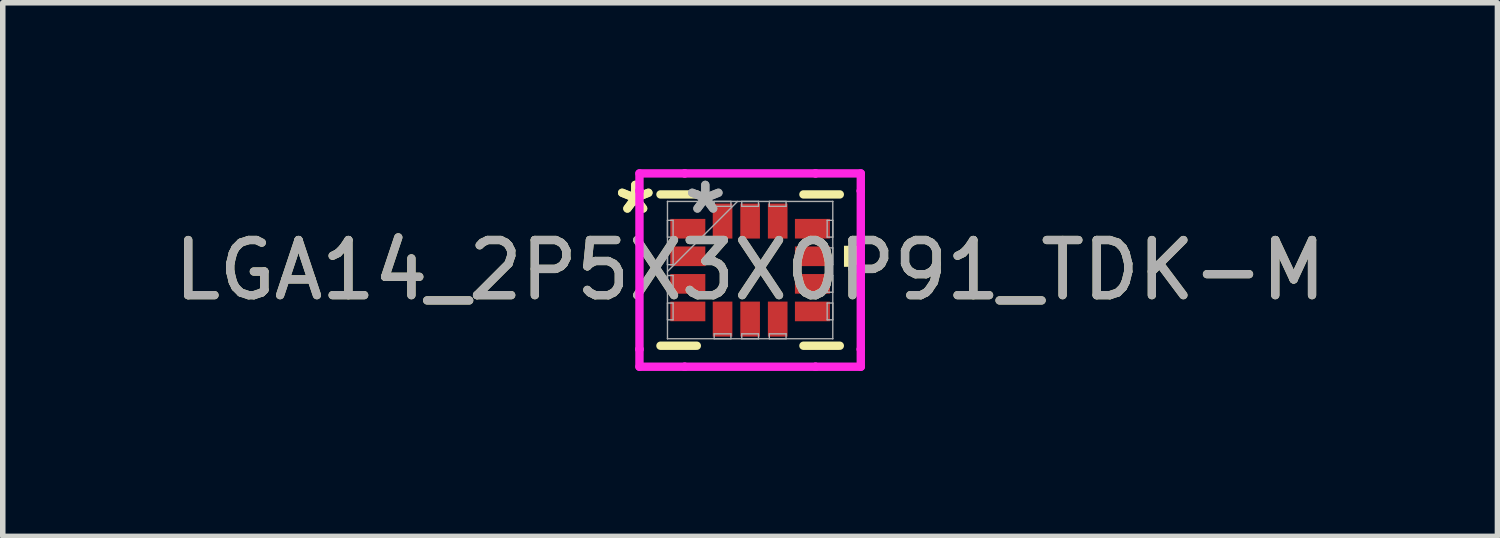
<source format=kicad_pcb>
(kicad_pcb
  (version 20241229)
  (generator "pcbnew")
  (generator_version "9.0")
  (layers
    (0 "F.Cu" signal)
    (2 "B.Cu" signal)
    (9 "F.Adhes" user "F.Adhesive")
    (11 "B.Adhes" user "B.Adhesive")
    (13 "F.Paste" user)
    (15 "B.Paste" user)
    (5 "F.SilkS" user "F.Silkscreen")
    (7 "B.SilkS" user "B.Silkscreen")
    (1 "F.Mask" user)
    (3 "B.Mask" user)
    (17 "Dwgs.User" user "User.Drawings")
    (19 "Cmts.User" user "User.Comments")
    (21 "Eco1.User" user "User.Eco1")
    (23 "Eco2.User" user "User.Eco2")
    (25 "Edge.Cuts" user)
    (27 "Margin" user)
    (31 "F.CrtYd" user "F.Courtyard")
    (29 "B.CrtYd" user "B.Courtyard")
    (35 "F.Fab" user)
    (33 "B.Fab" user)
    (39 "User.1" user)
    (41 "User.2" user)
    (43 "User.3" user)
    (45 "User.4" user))
  (footprint "LGA14_2P5X3X0P91_TDK-M"
    (layer "F.Cu")
    (at 10.554 1.848)
    (property "Reference" "LGA14_2P5X3X0P91_TDK-M" (at 0 0 0) (unlocked yes) (layer "F.SilkS") (effects (font (size 1 1) (thickness 0.15))))
    (attr smd)
    (fp_line (start -1.626 1.372) (end -0.967 1.372) (stroke (width 0.152) (type solid)) (layer "F.SilkS"))
    (fp_line (start -0.967 -1.372) (end -1.626 -1.372) (stroke (width 0.152) (type solid)) (layer "F.SilkS"))
    (fp_line (start 0.967 1.372) (end 1.626 1.372) (stroke (width 0.152) (type solid)) (layer "F.SilkS"))
    (fp_line (start 1.626 -1.372) (end 0.967 -1.372) (stroke (width 0.152) (type solid)) (layer "F.SilkS"))
    (fp_poly (pts (xy 1.956 -0.441) (xy 1.956 -0.059) (xy 1.702 -0.059) (xy 1.702 -0.441)) (stroke (width 0) (type solid)) (fill yes) (layer "F.SilkS"))
    (fp_line (start -2.007 -1.753) (end -1.186 -1.753) (stroke (width 0.152) (type solid)) (layer "F.CrtYd"))
    (fp_line (start -2.007 -1.436) (end -2.007 -1.753) (stroke (width 0.152) (type solid)) (layer "F.CrtYd"))
    (fp_line (start -2.007 -1.436) (end -2.007 -1.436) (stroke (width 0.152) (type solid)) (layer "F.CrtYd"))
    (fp_line (start -2.007 1.436) (end -2.007 -1.436) (stroke (width 0.152) (type solid)) (layer "F.CrtYd"))
    (fp_line (start -2.007 1.436) (end -2.007 1.436) (stroke (width 0.152) (type solid)) (layer "F.CrtYd"))
    (fp_line (start -2.007 1.753) (end -2.007 1.436) (stroke (width 0.152) (type solid)) (layer "F.CrtYd"))
    (fp_line (start -1.186 -1.753) (end -1.186 -1.753) (stroke (width 0.152) (type solid)) (layer "F.CrtYd"))
    (fp_line (start -1.186 -1.753) (end 1.186 -1.753) (stroke (width 0.152) (type solid)) (layer "F.CrtYd"))
    (fp_line (start -1.186 1.753) (end -2.007 1.753) (stroke (width 0.152) (type solid)) (layer "F.CrtYd"))
    (fp_line (start -1.186 1.753) (end -1.186 1.753) (stroke (width 0.152) (type solid)) (layer "F.CrtYd"))
    (fp_line (start 1.186 -1.753) (end 1.186 -1.753) (stroke (width 0.152) (type solid)) (layer "F.CrtYd"))
    (fp_line (start 1.186 -1.753) (end 2.007 -1.753) (stroke (width 0.152) (type solid)) (layer "F.CrtYd"))
    (fp_line (start 1.186 1.753) (end -1.186 1.753) (stroke (width 0.152) (type solid)) (layer "F.CrtYd"))
    (fp_line (start 1.186 1.753) (end 1.186 1.753) (stroke (width 0.152) (type solid)) (layer "F.CrtYd"))
    (fp_line (start 2.007 -1.753) (end 2.007 -1.436) (stroke (width 0.152) (type solid)) (layer "F.CrtYd"))
    (fp_line (start 2.007 -1.436) (end 2.007 -1.436) (stroke (width 0.152) (type solid)) (layer "F.CrtYd"))
    (fp_line (start 2.007 -1.436) (end 2.007 1.436) (stroke (width 0.152) (type solid)) (layer "F.CrtYd"))
    (fp_line (start 2.007 1.436) (end 2.007 1.436) (stroke (width 0.152) (type solid)) (layer "F.CrtYd"))
    (fp_line (start 2.007 1.436) (end 2.007 1.753) (stroke (width 0.152) (type solid)) (layer "F.CrtYd"))
    (fp_line (start 2.007 1.753) (end 1.186 1.753) (stroke (width 0.152) (type solid)) (layer "F.CrtYd"))
    (fp_line (start -1.499 -1.245) (end -1.499 -1.245) (stroke (width 0.025) (type solid)) (layer "F.Fab"))
    (fp_line (start -1.499 -1.245) (end -1.499 1.245) (stroke (width 0.025) (type solid)) (layer "F.Fab"))
    (fp_line (start -1.499 -0.902) (end -1.397 -0.902) (stroke (width 0.025) (type solid)) (layer "F.Fab"))
    (fp_line (start -1.499 -0.598) (end -1.499 -0.902) (stroke (width 0.025) (type solid)) (layer "F.Fab"))
    (fp_line (start -1.499 -0.402) (end -1.397 -0.402) (stroke (width 0.025) (type solid)) (layer "F.Fab"))
    (fp_line (start -1.499 -0.098) (end -1.499 -0.402) (stroke (width 0.025) (type solid)) (layer "F.Fab"))
    (fp_line (start -1.499 0.025) (end -0.229 -1.245) (stroke (width 0.025) (type solid)) (layer "F.Fab"))
    (fp_line (start -1.499 0.098) (end -1.397 0.098) (stroke (width 0.025) (type solid)) (layer "F.Fab"))
    (fp_line (start -1.499 0.402) (end -1.499 0.098) (stroke (width 0.025) (type solid)) (layer "F.Fab"))
    (fp_line (start -1.499 0.598) (end -1.397 0.598) (stroke (width 0.025) (type solid)) (layer "F.Fab"))
    (fp_line (start -1.499 0.902) (end -1.499 0.598) (stroke (width 0.025) (type solid)) (layer "F.Fab"))
    (fp_line (start -1.499 1.245) (end -1.499 1.245) (stroke (width 0.025) (type solid)) (layer "F.Fab"))
    (fp_line (start -1.499 1.245) (end 1.499 1.245) (stroke (width 0.025) (type solid)) (layer "F.Fab"))
    (fp_line (start -1.397 -0.902) (end -1.397 -0.598) (stroke (width 0.025) (type solid)) (layer "F.Fab"))
    (fp_line (start -1.397 -0.598) (end -1.499 -0.598) (stroke (width 0.025) (type solid)) (layer "F.Fab"))
    (fp_line (start -1.397 -0.402) (end -1.397 -0.098) (stroke (width 0.025) (type solid)) (layer "F.Fab"))
    (fp_line (start -1.397 -0.098) (end -1.499 -0.098) (stroke (width 0.025) (type solid)) (layer "F.Fab"))
    (fp_line (start -1.397 0.098) (end -1.397 0.402) (stroke (width 0.025) (type solid)) (layer "F.Fab"))
    (fp_line (start -1.397 0.402) (end -1.499 0.402) (stroke (width 0.025) (type solid)) (layer "F.Fab"))
    (fp_line (start -1.397 0.598) (end -1.397 0.902) (stroke (width 0.025) (type solid)) (layer "F.Fab"))
    (fp_line (start -1.397 0.902) (end -1.499 0.902) (stroke (width 0.025) (type solid)) (layer "F.Fab"))
    (fp_line (start -0.652 -1.245) (end -0.348 -1.245) (stroke (width 0.025) (type solid)) (layer "F.Fab"))
    (fp_line (start -0.652 -1.156) (end -0.652 -1.245) (stroke (width 0.025) (type solid)) (layer "F.Fab"))
    (fp_line (start -0.652 1.156) (end -0.348 1.156) (stroke (width 0.025) (type solid)) (layer "F.Fab"))
    (fp_line (start -0.652 1.245) (end -0.652 1.156) (stroke (width 0.025) (type solid)) (layer "F.Fab"))
    (fp_line (start -0.348 -1.245) (end -0.348 -1.156) (stroke (width 0.025) (type solid)) (layer "F.Fab"))
    (fp_line (start -0.348 -1.156) (end -0.652 -1.156) (stroke (width 0.025) (type solid)) (layer "F.Fab"))
    (fp_line (start -0.348 1.156) (end -0.348 1.245) (stroke (width 0.025) (type solid)) (layer "F.Fab"))
    (fp_line (start -0.348 1.245) (end -0.652 1.245) (stroke (width 0.025) (type solid)) (layer "F.Fab"))
    (fp_line (start -0.152 -1.245) (end 0.152 -1.245) (stroke (width 0.025) (type solid)) (layer "F.Fab"))
    (fp_line (start -0.152 -1.156) (end -0.152 -1.245) (stroke (width 0.025) (type solid)) (layer "F.Fab"))
    (fp_line (start -0.152 1.156) (end 0.152 1.156) (stroke (width 0.025) (type solid)) (layer "F.Fab"))
    (fp_line (start -0.152 1.245) (end -0.152 1.156) (stroke (width 0.025) (type solid)) (layer "F.Fab"))
    (fp_line (start 0.152 -1.245) (end 0.152 -1.156) (stroke (width 0.025) (type solid)) (layer "F.Fab"))
    (fp_line (start 0.152 -1.156) (end -0.152 -1.156) (stroke (width 0.025) (type solid)) (layer "F.Fab"))
    (fp_line (start 0.152 1.156) (end 0.152 1.245) (stroke (width 0.025) (type solid)) (layer "F.Fab"))
    (fp_line (start 0.152 1.245) (end -0.152 1.245) (stroke (width 0.025) (type solid)) (layer "F.Fab"))
    (fp_line (start 0.348 -1.245) (end 0.652 -1.245) (stroke (width 0.025) (type solid)) (layer "F.Fab"))
    (fp_line (start 0.348 -1.156) (end 0.348 -1.245) (stroke (width 0.025) (type solid)) (layer "F.Fab"))
    (fp_line (start 0.348 1.156) (end 0.652 1.156) (stroke (width 0.025) (type solid)) (layer "F.Fab"))
    (fp_line (start 0.348 1.245) (end 0.348 1.156) (stroke (width 0.025) (type solid)) (layer "F.Fab"))
    (fp_line (start 0.652 -1.245) (end 0.652 -1.156) (stroke (width 0.025) (type solid)) (layer "F.Fab"))
    (fp_line (start 0.652 -1.156) (end 0.348 -1.156) (stroke (width 0.025) (type solid)) (layer "F.Fab"))
    (fp_line (start 0.652 1.156) (end 0.652 1.245) (stroke (width 0.025) (type solid)) (layer "F.Fab"))
    (fp_line (start 0.652 1.245) (end 0.348 1.245) (stroke (width 0.025) (type solid)) (layer "F.Fab"))
    (fp_line (start 1.397 -0.902) (end 1.499 -0.902) (stroke (width 0.025) (type solid)) (layer "F.Fab"))
    (fp_line (start 1.397 -0.598) (end 1.397 -0.902) (stroke (width 0.025) (type solid)) (layer "F.Fab"))
    (fp_line (start 1.397 -0.402) (end 1.499 -0.402) (stroke (width 0.025) (type solid)) (layer "F.Fab"))
    (fp_line (start 1.397 -0.098) (end 1.397 -0.402) (stroke (width 0.025) (type solid)) (layer "F.Fab"))
    (fp_line (start 1.397 0.098) (end 1.499 0.098) (stroke (width 0.025) (type solid)) (layer "F.Fab"))
    (fp_line (start 1.397 0.402) (end 1.397 0.098) (stroke (width 0.025) (type solid)) (layer "F.Fab"))
    (fp_line (start 1.397 0.598) (end 1.499 0.598) (stroke (width 0.025) (type solid)) (layer "F.Fab"))
    (fp_line (start 1.397 0.902) (end 1.397 0.598) (stroke (width 0.025) (type solid)) (layer "F.Fab"))
    (fp_line (start 1.499 -1.245) (end -1.499 -1.245) (stroke (width 0.025) (type solid)) (layer "F.Fab"))
    (fp_line (start 1.499 -1.245) (end 1.499 -1.245) (stroke (width 0.025) (type solid)) (layer "F.Fab"))
    (fp_line (start 1.499 -0.902) (end 1.499 -0.598) (stroke (width 0.025) (type solid)) (layer "F.Fab"))
    (fp_line (start 1.499 -0.598) (end 1.397 -0.598) (stroke (width 0.025) (type solid)) (layer "F.Fab"))
    (fp_line (start 1.499 -0.402) (end 1.499 -0.098) (stroke (width 0.025) (type solid)) (layer "F.Fab"))
    (fp_line (start 1.499 -0.098) (end 1.397 -0.098) (stroke (width 0.025) (type solid)) (layer "F.Fab"))
    (fp_line (start 1.499 0.098) (end 1.499 0.402) (stroke (width 0.025) (type solid)) (layer "F.Fab"))
    (fp_line (start 1.499 0.402) (end 1.397 0.402) (stroke (width 0.025) (type solid)) (layer "F.Fab"))
    (fp_line (start 1.499 0.598) (end 1.499 0.902) (stroke (width 0.025) (type solid)) (layer "F.Fab"))
    (fp_line (start 1.499 0.902) (end 1.397 0.902) (stroke (width 0.025) (type solid)) (layer "F.Fab"))
    (fp_line (start 1.499 1.245) (end 1.499 -1.245) (stroke (width 0.025) (type solid)) (layer "F.Fab"))
    (fp_line (start 1.499 1.245) (end 1.499 1.245) (stroke (width 0.025) (type solid)) (layer "F.Fab"))
    (fp_text user "*" (at -2.083 -1 0) (layer "F.SilkS") (effects (font (size 1 1) (thickness 0.15))))
    (fp_text user "*" (at -2.083 -1 0) (unlocked yes) (layer "F.SilkS") (effects (font (size 1 1) (thickness 0.15))))
    (fp_text user "*" (at -0.813 -1 0) (layer "F.Fab") (effects (font (size 1 1) (thickness 0.15))))
    (fp_text user "*" (at -0.813 -1 0) (unlocked yes) (layer "F.Fab") (effects (font (size 1 1) (thickness 0.15))))
    (fp_text user "${REFERENCE}" (at 0 0 0) (unlocked yes) (layer "F.Fab") (effects (font (size 1 1) (thickness 0.15))))
    (pad "1" smd rect (at -1.13 -0.75 90) (size 0.356 0.635) (layers "F.Cu" "F.Mask" "F.Paste"))
    (pad "2" smd rect (at -1.13 -0.25 90) (size 0.356 0.635) (layers "F.Cu" "F.Mask" "F.Paste"))
    (pad "3" smd rect (at -1.13 0.25 90) (size 0.356 0.635) (layers "F.Cu" "F.Mask" "F.Paste"))
    (pad "4" smd rect (at -1.13 0.75 90) (size 0.356 0.635) (layers "F.Cu" "F.Mask" "F.Paste"))
    (pad "5" smd rect (at -0.5 0.889) (size 0.356 0.635) (layers "F.Cu" "F.Mask" "F.Paste"))
    (pad "6" smd rect (at 0 0.889) (size 0.356 0.635) (layers "F.Cu" "F.Mask" "F.Paste"))
    (pad "7" smd rect (at 0.5 0.889) (size 0.356 0.635) (layers "F.Cu" "F.Mask" "F.Paste"))
    (pad "8" smd rect (at 1.13 0.75 90) (size 0.356 0.635) (layers "F.Cu" "F.Mask" "F.Paste"))
    (pad "9" smd rect (at 1.13 0.25 90) (size 0.356 0.635) (layers "F.Cu" "F.Mask" "F.Paste"))
    (pad "10" smd rect (at 1.13 -0.25 90) (size 0.356 0.635) (layers "F.Cu" "F.Mask" "F.Paste"))
    (pad "11" smd rect (at 1.13 -0.75 90) (size 0.356 0.635) (layers "F.Cu" "F.Mask" "F.Paste"))
    (pad "12" smd rect (at 0.5 -0.889) (size 0.356 0.635) (layers "F.Cu" "F.Mask" "F.Paste"))
    (pad "13" smd rect (at 0 -0.889) (size 0.356 0.635) (layers "F.Cu" "F.Mask" "F.Paste"))
    (pad "14" smd rect (at -0.5 -0.889) (size 0.356 0.635) (layers "F.Cu" "F.Mask" "F.Paste")))
  (gr_rect
    (start -3 -3)
    (end 24.107 6.677)
    (stroke (width 0.1) (type default))
    (fill no)
    (layer "Edge.Cuts")))
</source>
